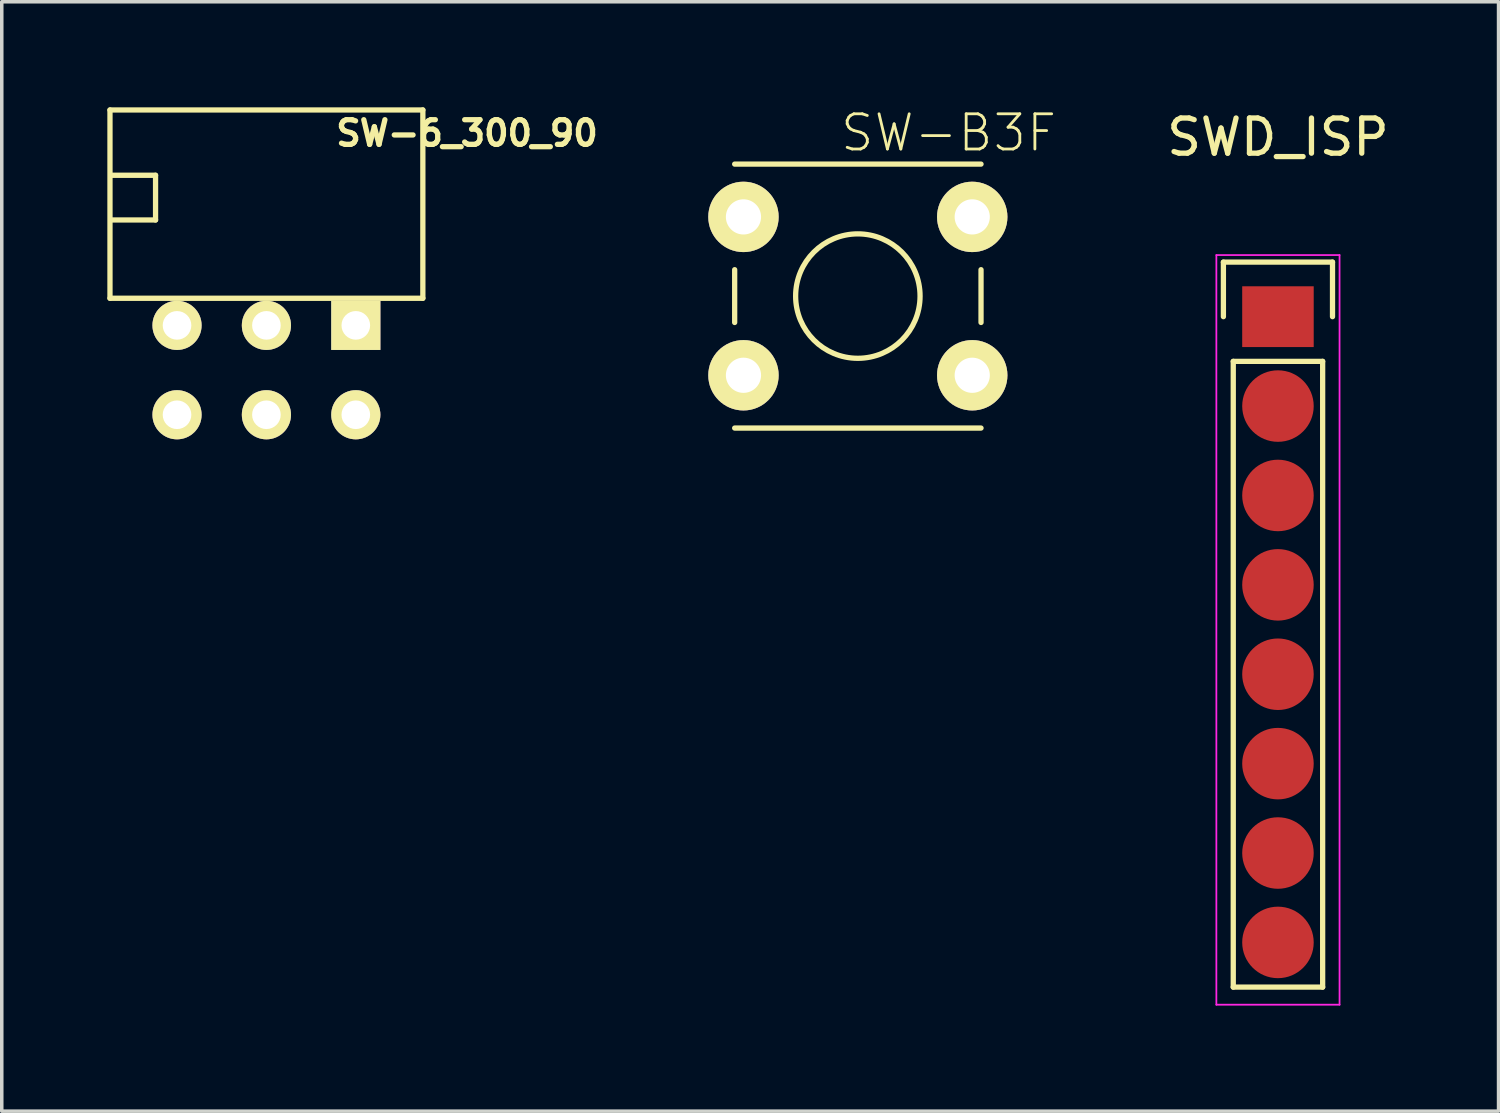
<source format=kicad_pcb>
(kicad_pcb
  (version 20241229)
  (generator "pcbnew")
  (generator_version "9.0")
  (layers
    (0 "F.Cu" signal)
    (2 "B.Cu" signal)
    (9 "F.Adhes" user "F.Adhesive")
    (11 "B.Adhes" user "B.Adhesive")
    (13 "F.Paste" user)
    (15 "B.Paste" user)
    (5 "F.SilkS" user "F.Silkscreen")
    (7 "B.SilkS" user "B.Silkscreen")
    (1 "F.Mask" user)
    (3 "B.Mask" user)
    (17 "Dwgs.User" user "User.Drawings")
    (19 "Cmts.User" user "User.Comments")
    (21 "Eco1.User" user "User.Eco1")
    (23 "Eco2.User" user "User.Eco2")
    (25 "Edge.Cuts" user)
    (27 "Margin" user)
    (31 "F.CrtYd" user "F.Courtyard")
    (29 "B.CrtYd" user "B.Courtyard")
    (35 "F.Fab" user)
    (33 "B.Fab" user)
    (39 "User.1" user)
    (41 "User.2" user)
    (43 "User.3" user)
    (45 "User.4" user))
  (footprint "SW-6_300_90"
    (layer "F.Cu")
    (at 4.52 8.735)
    (property "Reference" "SW-6_300_90" (at 5.7 -8 180) (layer "F.SilkS") (effects (font (size 0.7 0.7) (thickness 0.15))))
    (attr through_hole)
    (fp_line (start -4.445 -8.66) (end 4.445 -8.66) (stroke (width 0.15) (type solid)) (layer "F.SilkS"))
    (fp_line (start -4.445 -3.31) (end -4.445 -8.66) (stroke (width 0.15) (type solid)) (layer "F.SilkS"))
    (fp_line (start -4.42 -5.535) (end -3.15 -5.535) (stroke (width 0.15) (type solid)) (layer "F.SilkS"))
    (fp_line (start -3.15 -6.805) (end -4.42 -6.805) (stroke (width 0.15) (type solid)) (layer "F.SilkS"))
    (fp_line (start -3.15 -6.805) (end -3.15 -5.535) (stroke (width 0.15) (type solid)) (layer "F.SilkS"))
    (fp_line (start 4.445 -8.66) (end 4.445 -3.31) (stroke (width 0.15) (type solid)) (layer "F.SilkS"))
    (fp_line (start 4.445 -3.31) (end -4.445 -3.31) (stroke (width 0.15) (type solid)) (layer "F.SilkS"))
    (pad "1" thru_hole rect (at 2.54 -2.54 180) (size 1.397 1.397) (drill 0.813) (layers "*.Cu" "*.Mask" "F.SilkS"))
    (pad "2" thru_hole circle (at 0 -2.54 180) (size 1.397 1.397) (drill 0.813) (layers "*.Cu" "*.Mask" "F.SilkS"))
    (pad "3" thru_hole circle (at -2.54 -2.54 180) (size 1.397 1.397) (drill 0.813) (layers "*.Cu" "*.Mask" "F.SilkS"))
    (pad "4" thru_hole circle (at -2.54 0 180) (size 1.397 1.397) (drill 0.813) (layers "*.Cu" "*.Mask" "F.SilkS"))
    (pad "5" thru_hole circle (at 0 0 180) (size 1.397 1.397) (drill 0.813) (layers "*.Cu" "*.Mask" "F.SilkS"))
    (pad "6" thru_hole circle (at 2.54 0 180) (size 1.397 1.397) (drill 0.813) (layers "*.Cu" "*.Mask" "F.SilkS")))
  (footprint "SW-B3F"
    (placed yes)
    (layer "F.Cu")
    (at 21.325 5.363)
    (property "Reference" "SW-B3F" (at 2.578 -4.638 0) (layer "F.SilkS") (effects (font (size 1 1) (thickness 0.08))))
    (attr through_hole)
    (fp_line (start -3.5 -3.75) (end 3.5 -3.75) (stroke (width 0.15) (type solid)) (layer "F.SilkS"))
    (fp_line (start -3.5 -0.75) (end -3.5 0.75) (stroke (width 0.15) (type solid)) (layer "F.SilkS"))
    (fp_line (start -3.5 3.75) (end 3.5 3.75) (stroke (width 0.15) (type solid)) (layer "F.SilkS"))
    (fp_line (start 3.5 -0.75) (end 3.5 0.75) (stroke (width 0.15) (type solid)) (layer "F.SilkS"))
    (fp_circle (center 0 0) (end 1.75 0.25) (stroke (width 0.15) (type solid)) (fill no) (layer "F.SilkS"))
    (pad "1" thru_hole circle (at 3.25 2.25) (size 2 2) (drill 1) (layers "*.Cu" "*.Mask" "F.SilkS"))
    (pad "2" thru_hole circle (at 3.25 -2.25) (size 2 2) (drill 1) (layers "*.Cu" "*.Mask" "F.SilkS"))
    (pad "3" thru_hole circle (at -3.25 -2.25) (size 2 2) (drill 1) (layers "*.Cu" "*.Mask" "F.SilkS"))
    (pad "4" thru_hole circle (at -3.25 2.25) (size 2 2) (drill 1) (layers "*.Cu" "*.Mask" "F.SilkS")))
  (footprint "SWD_ISP"
    (layer "F.Cu")
    (at 33.262 5.948)
    (property "Reference" "SWD_ISP" (at 0 -5.1 0) (layer "F.SilkS") (effects (font (size 1 1) (thickness 0.15))))
    (attr through_hole)
    (fp_line (start -1.55 -1.55) (end 1.55 -1.55) (stroke (width 0.15) (type solid)) (layer "F.SilkS"))
    (fp_line (start -1.55 0) (end -1.55 -1.55) (stroke (width 0.15) (type solid)) (layer "F.SilkS"))
    (fp_line (start -1.27 19.05) (end -1.27 1.27) (stroke (width 0.15) (type solid)) (layer "F.SilkS"))
    (fp_line (start 1.27 1.27) (end -1.27 1.27) (stroke (width 0.15) (type solid)) (layer "F.SilkS"))
    (fp_line (start 1.27 1.27) (end 1.27 19.05) (stroke (width 0.15) (type solid)) (layer "F.SilkS"))
    (fp_line (start 1.27 19.05) (end -1.27 19.05) (stroke (width 0.15) (type solid)) (layer "F.SilkS"))
    (fp_line (start 1.55 -1.55) (end 1.55 0) (stroke (width 0.15) (type solid)) (layer "F.SilkS"))
    (fp_line (start -1.75 -1.75) (end -1.75 19.55) (stroke (width 0.05) (type solid)) (layer "F.CrtYd"))
    (fp_line (start -1.75 -1.75) (end 1.75 -1.75) (stroke (width 0.05) (type solid)) (layer "F.CrtYd"))
    (fp_line (start -1.75 19.55) (end 1.75 19.55) (stroke (width 0.05) (type solid)) (layer "F.CrtYd"))
    (fp_line (start 1.75 -1.75) (end 1.75 19.55) (stroke (width 0.05) (type solid)) (layer "F.CrtYd"))
    (pad "1" smd rect (at 0 0) (size 2.032 1.727) (layers "F.Cu" "F.Mask" "F.Paste"))
    (pad "2" smd circle (at 0 2.54) (size 2.032 2.032) (layers "F.Cu" "F.Mask" "F.Paste"))
    (pad "3" smd circle (at 0 5.08) (size 2.032 2.032) (layers "F.Cu" "F.Mask" "F.Paste"))
    (pad "4" smd circle (at 0 7.62) (size 2.032 2.032) (layers "F.Cu" "F.Mask" "F.Paste"))
    (pad "5" smd circle (at 0 10.16) (size 2.032 2.032) (layers "F.Cu" "F.Mask" "F.Paste"))
    (pad "6" smd circle (at 0 12.7) (size 2.032 2.032) (layers "F.Cu" "F.Mask" "F.Paste"))
    (pad "7" smd circle (at 0 15.24) (size 2.032 2.032) (layers "F.Cu" "F.Mask" "F.Paste"))
    (pad "8" smd circle (at 0 17.78) (size 2.032 2.032) (layers "F.Cu" "F.Mask" "F.Paste")))
  (gr_rect
    (start -3 -3)
    (end 39.53 28.523)
    (stroke (width 0.1) (type default))
    (fill no)
    (layer "Edge.Cuts")))
</source>
